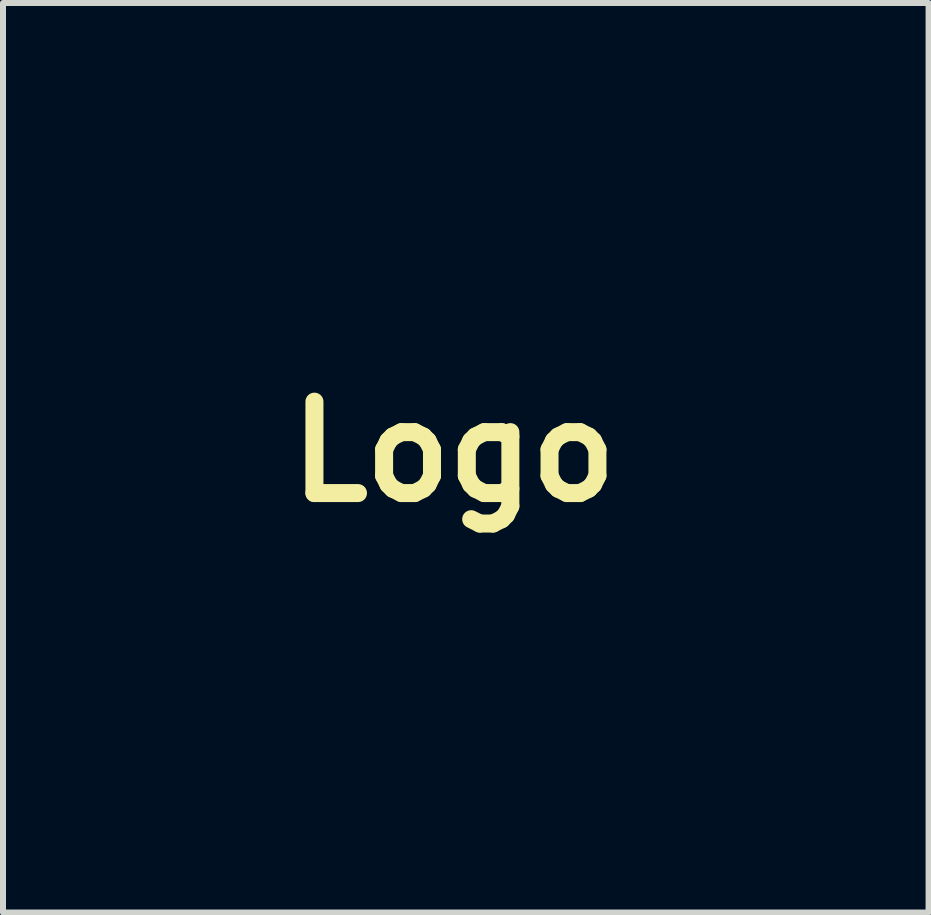
<source format=kicad_pcb>
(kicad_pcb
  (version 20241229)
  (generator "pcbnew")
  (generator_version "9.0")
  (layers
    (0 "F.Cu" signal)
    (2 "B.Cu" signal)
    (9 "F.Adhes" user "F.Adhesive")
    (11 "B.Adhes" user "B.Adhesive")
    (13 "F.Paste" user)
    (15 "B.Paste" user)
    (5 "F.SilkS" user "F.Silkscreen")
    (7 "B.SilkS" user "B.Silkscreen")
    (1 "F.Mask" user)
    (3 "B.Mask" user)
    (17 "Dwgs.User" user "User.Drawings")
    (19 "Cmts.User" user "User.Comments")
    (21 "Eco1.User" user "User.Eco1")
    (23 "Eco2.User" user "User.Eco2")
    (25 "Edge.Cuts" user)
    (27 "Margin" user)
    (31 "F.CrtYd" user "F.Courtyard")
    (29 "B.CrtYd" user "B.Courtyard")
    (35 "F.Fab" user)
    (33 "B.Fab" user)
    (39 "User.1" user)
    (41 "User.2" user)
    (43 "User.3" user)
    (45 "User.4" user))
  (footprint "Logo"
    (layer "F.Cu")
    (at 4.514 4.48)
    (property "Reference" "Logo" (at 0 0 0) (layer "F.SilkS") (effects (font (size 1.524 1.524) (thickness 0.3))))
    (attr through_hole)
    (fp_poly (pts (xy -0.906 -2.181) (xy -0.829 -2.131) (xy -0.748 -2.058) (xy -0.677 -1.973) (xy -0.638 -1.907) (xy -0.609 -1.822) (xy -0.594 -1.731) (xy -0.595 -1.65) (xy -0.61 -1.595) (xy -0.633 -1.58) (xy -0.664 -1.607) (xy -0.689 -1.682) (xy -0.692 -1.7) (xy -0.741 -1.861) (xy -0.832 -1.984) (xy -0.931 -2.057) (xy -1.008 -2.11) (xy -1.033 -2.154) (xy -1.007 -2.185) (xy -0.966 -2.196) (xy -0.906 -2.181)) (stroke (width 0.01) (type solid)) (fill yes) (layer "F.Mask"))
    (fp_poly (pts (xy 2.4 0.191) (xy 2.409 0.226) (xy 2.384 0.275) (xy 2.313 0.333) (xy 2.206 0.372) (xy 2.077 0.391) (xy 1.944 0.388) (xy 1.823 0.362) (xy 1.785 0.346) (xy 1.713 0.297) (xy 1.693 0.248) (xy 1.71 0.219) (xy 1.743 0.22) (xy 1.808 0.24) (xy 1.852 0.258) (xy 1.962 0.294) (xy 2.067 0.294) (xy 2.185 0.259) (xy 2.268 0.22) (xy 2.351 0.188) (xy 2.4 0.191)) (stroke (width 0.01) (type solid)) (fill yes) (layer "F.Mask"))
    (fp_poly (pts (xy -0.024 3.52) (xy 0.1 3.59) (xy 0.18 3.67) (xy 0.234 3.739) (xy 0.25 3.786) (xy 0.233 3.825) (xy 0.21 3.85) (xy 0.159 3.878) (xy 0.07 3.892) (xy -0.028 3.895) (xy -0.132 3.893) (xy -0.198 3.883) (xy -0.243 3.86) (xy -0.285 3.818) (xy -0.294 3.808) (xy -0.355 3.711) (xy -0.356 3.698) (xy -0.269 3.698) (xy -0.266 3.707) (xy -0.22 3.763) (xy -0.131 3.796) (xy 0.006 3.808) (xy 0.009 3.808) (xy 0.091 3.806) (xy 0.13 3.794) (xy 0.137 3.767) (xy 0.136 3.762) (xy 0.104 3.711) (xy 0.039 3.655) (xy -0.04 3.609) (xy -0.113 3.585) (xy -0.126 3.584) (xy -0.204 3.601) (xy -0.256 3.643) (xy -0.269 3.698) (xy -0.356 3.698) (xy -0.362 3.629) (xy -0.317 3.564) (xy -0.284 3.543) (xy -0.153 3.503) (xy -0.024 3.52)) (stroke (width 0.01) (type solid)) (fill yes) (layer "F.Mask"))
    (fp_poly (pts (xy 0.409 -4.471) (xy 0.601 -4.463) (xy 0.763 -4.45) (xy 0.884 -4.432) (xy 0.917 -4.424) (xy 1.252 -4.323) (xy 1.566 -4.215) (xy 1.849 -4.106) (xy 2.093 -3.997) (xy 2.244 -3.919) (xy 2.35 -3.86) (xy 2.454 -3.803) (xy 2.521 -3.768) (xy 2.595 -3.723) (xy 2.694 -3.655) (xy 2.798 -3.578) (xy 2.817 -3.563) (xy 2.915 -3.488) (xy 3.005 -3.421) (xy 3.071 -3.373) (xy 3.082 -3.366) (xy 3.146 -3.311) (xy 3.186 -3.255) (xy 3.213 -3.211) (xy 3.267 -3.133) (xy 3.341 -3.029) (xy 3.43 -2.909) (xy 3.467 -2.86) (xy 3.579 -2.705) (xy 3.699 -2.53) (xy 3.811 -2.355) (xy 3.902 -2.203) (xy 3.903 -2.201) (xy 3.973 -2.071) (xy 4.046 -1.917) (xy 4.12 -1.751) (xy 4.19 -1.583) (xy 4.252 -1.423) (xy 4.301 -1.283) (xy 4.334 -1.171) (xy 4.346 -1.1) (xy 4.346 -1.1) (xy 4.353 -1.035) (xy 4.369 -0.953) (xy 4.39 -0.873) (xy 4.411 -0.813) (xy 4.427 -0.791) (xy 4.462 -0.798) (xy 4.534 -0.815) (xy 4.6 -0.833) (xy 4.739 -0.865) (xy 4.833 -0.875) (xy 4.888 -0.861) (xy 4.909 -0.823) (xy 4.911 -0.807) (xy 4.893 -0.747) (xy 4.837 -0.68) (xy 4.738 -0.6) (xy 4.592 -0.504) (xy 4.59 -0.503) (xy 4.439 -0.41) (xy 4.422 0.169) (xy 4.414 0.408) (xy 4.403 0.605) (xy 4.387 0.774) (xy 4.366 0.929) (xy 4.339 1.086) (xy 4.335 1.106) (xy 4.306 1.245) (xy 4.279 1.368) (xy 4.256 1.461) (xy 4.24 1.512) (xy 4.238 1.515) (xy 4.215 1.565) (xy 4.178 1.65) (xy 4.134 1.754) (xy 4.126 1.772) (xy 4.081 1.869) (xy 4.016 2.001) (xy 3.936 2.153) (xy 3.85 2.312) (xy 3.805 2.393) (xy 3.711 2.557) (xy 3.633 2.684) (xy 3.56 2.789) (xy 3.482 2.886) (xy 3.39 2.987) (xy 3.273 3.105) (xy 2.871 3.475) (xy 2.457 3.791) (xy 2.025 4.058) (xy 1.573 4.276) (xy 1.431 4.334) (xy 1.332 4.368) (xy 1.25 4.39) (xy 1.203 4.394) (xy 1.201 4.393) (xy 1.161 4.392) (xy 1.076 4.397) (xy 0.957 4.409) (xy 0.817 4.426) (xy 0.772 4.432) (xy 0.505 4.462) (xy 0.229 4.48) (xy -0.042 4.485) (xy -0.29 4.479) (xy -0.501 4.46) (xy -0.517 4.458) (xy -0.715 4.426) (xy -0.897 4.393) (xy -1.052 4.36) (xy -1.17 4.33) (xy -1.242 4.303) (xy -1.243 4.303) (xy -1.28 4.288) (xy -0.958 4.288) (xy -0.924 4.305) (xy -0.85 4.322) (xy -0.73 4.343) (xy -0.617 4.361) (xy -0.516 4.373) (xy -0.382 4.382) (xy -0.225 4.388) (xy -0.055 4.392) (xy 0.118 4.392) (xy 0.284 4.39) (xy 0.433 4.385) (xy 0.555 4.378) (xy 0.641 4.368) (xy 0.679 4.356) (xy 0.671 4.335) (xy 0.607 4.313) (xy 0.516 4.294) (xy 0.391 4.267) (xy 0.242 4.23) (xy 0.084 4.185) (xy 0.041 4.171) (xy 0.664 4.171) (xy 0.805 4.19) (xy 0.892 4.203) (xy 0.956 4.215) (xy 0.974 4.219) (xy 1.036 4.228) (xy 1.127 4.228) (xy 1.218 4.221) (xy 1.283 4.208) (xy 1.284 4.207) (xy 1.314 4.191) (xy 1.301 4.176) (xy 1.241 4.155) (xy 1.093 4.118) (xy 0.949 4.102) (xy 0.826 4.106) (xy 0.745 4.129) (xy 0.664 4.171) (xy 0.041 4.171) (xy -0.068 4.138) (xy -0.201 4.092) (xy -0.299 4.053) (xy -0.325 4.041) (xy -0.413 3.998) (xy -0.494 3.966) (xy -0.55 3.952) (xy -0.593 3.964) (xy -0.642 4.01) (xy -0.663 4.034) (xy -0.741 4.11) (xy -0.837 4.185) (xy -0.871 4.209) (xy -0.926 4.244) (xy -0.956 4.269) (xy -0.958 4.288) (xy -1.28 4.288) (xy -1.322 4.272) (xy -1.413 4.248) (xy -1.415 4.247) (xy -1.516 4.228) (xy -1.584 4.447) (xy -1.619 4.55) (xy -1.651 4.63) (xy -1.676 4.672) (xy -1.681 4.676) (xy -1.724 4.669) (xy -1.76 4.649) (xy -1.787 4.604) (xy -1.813 4.52) (xy -1.835 4.411) (xy -1.852 4.294) (xy -1.859 4.186) (xy -1.855 4.106) (xy -1.496 4.106) (xy -1.471 4.132) (xy -1.409 4.161) (xy -1.329 4.187) (xy -1.255 4.202) (xy -1.236 4.187) (xy -1.103 4.187) (xy -1.079 4.2) (xy -1.017 4.182) (xy -0.98 4.167) (xy -0.912 4.127) (xy -0.833 4.065) (xy -0.755 3.993) (xy -0.691 3.923) (xy -0.653 3.868) (xy -0.649 3.851) (xy -0.672 3.814) (xy -0.728 3.768) (xy -0.798 3.725) (xy -0.863 3.7) (xy -0.883 3.697) (xy -0.921 3.723) (xy -0.947 3.789) (xy -0.97 3.864) (xy -1.011 3.964) (xy -1.048 4.043) (xy -1.092 4.136) (xy -1.103 4.187) (xy -1.236 4.187) (xy -1.228 4.18) (xy -1.187 4.12) (xy -1.145 4.043) (xy -1.083 3.911) (xy -1.047 3.82) (xy -1.036 3.759) (xy -1.049 3.721) (xy -1.084 3.695) (xy -1.095 3.69) (xy -1.177 3.649) (xy -1.247 3.606) (xy -1.307 3.576) (xy -1.34 3.583) (xy -1.357 3.624) (xy -1.383 3.704) (xy -1.415 3.805) (xy -1.447 3.912) (xy -1.474 4.009) (xy -1.492 4.08) (xy -1.496 4.106) (xy -1.855 4.106) (xy -1.855 4.103) (xy -1.854 4.099) (xy -1.861 4.042) (xy -1.915 3.999) (xy -1.916 3.999) (xy -2.307 3.783) (xy -2.67 3.548) (xy -2.997 3.3) (xy -3.281 3.044) (xy -3.48 2.828) (xy -3.573 2.708) (xy -3.679 2.554) (xy -3.793 2.378) (xy -3.907 2.19) (xy -4.015 2.002) (xy -4.112 1.824) (xy -4.191 1.666) (xy -4.246 1.539) (xy -4.258 1.504) (xy -4.302 1.35) (xy -4.35 1.16) (xy -4.397 0.952) (xy -4.438 0.747) (xy -4.463 0.607) (xy -4.48 0.472) (xy -4.493 0.3) (xy -4.502 0.105) (xy -4.507 -0.1) (xy -4.508 -0.29) (xy -4.349 -0.29) (xy -4.342 -0.004) (xy -4.32 0.298) (xy -4.282 0.605) (xy -4.246 0.818) (xy -4.199 1.052) (xy -4.148 1.258) (xy -4.09 1.447) (xy -4.02 1.627) (xy -3.933 1.81) (xy -3.825 2.005) (xy -3.692 2.222) (xy -3.529 2.472) (xy -3.499 2.518) (xy -3.429 2.622) (xy -3.412 2.207) (xy -3.41 2.177) (xy -3.27 2.177) (xy -3.264 2.223) (xy -3.264 2.223) (xy -3.258 2.259) (xy -3.252 2.339) (xy -3.247 2.454) (xy -3.243 2.591) (xy -3.242 2.619) (xy -3.235 2.992) (xy -3.007 3.176) (xy -2.785 3.353) (xy -2.596 3.495) (xy -2.432 3.61) (xy -2.285 3.701) (xy -2.211 3.742) (xy -2.11 3.798) (xy -2.023 3.847) (xy -1.966 3.882) (xy -1.962 3.884) (xy -1.907 3.916) (xy -1.87 3.913) (xy -1.846 3.87) (xy -1.831 3.78) (xy -1.825 3.718) (xy -1.81 3.596) (xy -1.785 3.445) (xy -1.755 3.291) (xy -1.742 3.231) (xy -1.713 3.095) (xy -1.697 2.993) (xy -1.692 2.905) (xy -1.699 2.81) (xy -1.711 2.709) (xy -1.725 2.583) (xy -1.736 2.422) (xy -1.744 2.248) (xy -1.747 2.099) (xy -1.747 2.084) (xy -1.662 2.084) (xy -1.657 2.314) (xy -1.637 2.559) (xy -1.637 2.563) (xy -1.62 2.703) (xy -1.606 2.794) (xy -1.591 2.846) (xy -1.575 2.866) (xy -1.558 2.865) (xy -1.502 2.864) (xy -1.413 2.881) (xy -1.314 2.912) (xy -1.222 2.95) (xy -1.163 2.985) (xy -1.099 3.036) (xy -1.182 3.218) (xy -1.265 3.401) (xy -1.19 3.462) (xy -1.133 3.502) (xy -1.073 3.534) (xy -1.028 3.549) (xy -1.016 3.544) (xy -1.021 3.516) (xy -1.033 3.448) (xy -1.045 3.382) (xy -1.058 3.234) (xy -1.033 3.116) (xy -0.965 3.013) (xy -0.953 2.999) (xy -0.891 2.946) (xy -0.854 2.939) (xy -0.848 2.97) (xy -0.877 3.032) (xy -0.903 3.069) (xy -0.937 3.141) (xy -0.955 3.238) (xy -0.957 3.347) (xy -0.945 3.453) (xy -0.921 3.541) (xy -0.885 3.598) (xy -0.852 3.612) (xy -0.8 3.628) (xy -0.726 3.666) (xy -0.699 3.683) (xy -0.634 3.726) (xy -0.592 3.751) (xy -0.584 3.754) (xy -0.564 3.729) (xy -0.535 3.665) (xy -0.503 3.576) (xy -0.474 3.479) (xy -0.454 3.398) (xy -0.44 3.291) (xy -0.439 3.187) (xy -0.442 3.151) (xy -0.444 3.075) (xy -0.424 3.047) (xy -0.392 3.071) (xy -0.364 3.126) (xy -0.352 3.2) (xy -0.356 3.31) (xy -0.373 3.435) (xy -0.399 3.557) (xy -0.433 3.658) (xy -0.441 3.675) (xy -0.469 3.736) (xy -0.48 3.774) (xy -0.455 3.8) (xy -0.387 3.839) (xy -0.288 3.887) (xy -0.167 3.938) (xy -0.036 3.987) (xy 0.094 4.031) (xy 0.141 4.045) (xy 0.297 4.089) (xy 0.409 4.119) (xy 0.488 4.134) (xy 0.545 4.135) (xy 0.589 4.124) (xy 0.632 4.101) (xy 0.664 4.08) (xy 0.75 4.034) (xy 0.836 4.009) (xy 0.858 4.008) (xy 0.983 4.016) (xy 1.115 4.036) (xy 1.236 4.066) (xy 1.328 4.1) (xy 1.355 4.116) (xy 1.407 4.149) (xy 1.457 4.153) (xy 1.53 4.132) (xy 1.533 4.131) (xy 1.622 4.095) (xy 1.727 4.044) (xy 1.78 4.015) (xy 1.869 3.96) (xy 1.915 3.92) (xy 1.914 3.898) (xy 1.894 3.895) (xy 1.863 3.873) (xy 1.822 3.822) (xy 1.822 3.822) (xy 1.791 3.765) (xy 1.793 3.742) (xy 1.891 3.742) (xy 1.913 3.786) (xy 1.962 3.827) (xy 2.017 3.849) (xy 2.044 3.846) (xy 2.084 3.82) (xy 2.153 3.777) (xy 2.194 3.752) (xy 2.258 3.706) (xy 2.293 3.671) (xy 2.295 3.659) (xy 2.251 3.645) (xy 2.173 3.641) (xy 2.082 3.647) (xy 2 3.661) (xy 1.963 3.673) (xy 1.91 3.709) (xy 1.891 3.742) (xy 1.793 3.742) (xy 1.795 3.722) (xy 1.817 3.684) (xy 1.898 3.612) (xy 2.025 3.571) (xy 2.196 3.561) (xy 2.271 3.566) (xy 2.473 3.583) (xy 2.863 3.26) (xy 2.61 3.254) (xy 2.232 3.238) (xy 1.865 3.207) (xy 1.516 3.165) (xy 1.193 3.11) (xy 0.903 3.046) (xy 0.653 2.973) (xy 0.45 2.892) (xy 0.427 2.881) (xy 0.335 2.836) (xy 0.278 2.817) (xy 0.244 2.821) (xy 0.225 2.837) (xy 0.188 2.866) (xy 0.159 2.847) (xy 0.138 2.776) (xy 0.128 2.717) (xy 0.31 2.717) (xy 0.334 2.734) (xy 0.397 2.767) (xy 0.485 2.81) (xy 0.502 2.817) (xy 0.75 2.913) (xy 1.046 2.995) (xy 1.382 3.061) (xy 1.753 3.111) (xy 2.149 3.143) (xy 2.566 3.157) (xy 2.571 3.157) (xy 2.983 3.161) (xy 3.132 3.013) (xy 3.302 2.829) (xy 3.453 2.634) (xy 3.599 2.408) (xy 3.678 2.272) (xy 3.75 2.14) (xy 3.818 2.008) (xy 3.879 1.886) (xy 3.927 1.782) (xy 3.959 1.707) (xy 3.97 1.668) (xy 3.968 1.665) (xy 3.941 1.679) (xy 3.876 1.715) (xy 3.783 1.768) (xy 3.698 1.818) (xy 3.553 1.899) (xy 3.388 1.983) (xy 3.232 2.056) (xy 3.18 2.078) (xy 2.921 2.184) (xy 2.441 2.184) (xy 2.265 2.183) (xy 2.131 2.181) (xy 2.027 2.175) (xy 1.939 2.164) (xy 1.854 2.146) (xy 1.757 2.119) (xy 1.636 2.081) (xy 1.632 2.08) (xy 1.483 2.028) (xy 1.314 1.962) (xy 1.138 1.887) (xy 0.967 1.808) (xy 0.812 1.732) (xy 0.685 1.663) (xy 0.599 1.608) (xy 0.596 1.605) (xy 0.532 1.562) (xy 0.502 1.562) (xy 0.504 1.607) (xy 0.523 1.669) (xy 0.555 1.817) (xy 0.563 1.995) (xy 0.546 2.182) (xy 0.507 2.353) (xy 0.473 2.449) (xy 0.439 2.524) (xy 0.412 2.56) (xy 0.375 2.598) (xy 0.336 2.656) (xy 0.312 2.708) (xy 0.31 2.717) (xy 0.128 2.717) (xy 0.128 2.716) (xy 0.115 2.617) (xy 0.111 2.559) (xy 0.116 2.532) (xy 0.132 2.52) (xy 0.138 2.518) (xy 0.163 2.535) (xy 0.188 2.59) (xy 0.191 2.602) (xy 0.216 2.695) (xy 0.255 2.625) (xy 0.28 2.548) (xy 0.292 2.445) (xy 0.292 2.337) (xy 0.279 2.244) (xy 0.257 2.19) (xy 0.232 2.141) (xy 0.252 2.119) (xy 0.294 2.126) (xy 0.327 2.161) (xy 0.361 2.23) (xy 0.37 2.256) (xy 0.395 2.329) (xy 0.415 2.351) (xy 0.431 2.321) (xy 0.448 2.237) (xy 0.453 2.209) (xy 0.461 2.135) (xy 0.455 2.076) (xy 0.428 2.015) (xy 0.375 1.932) (xy 0.361 1.91) (xy 0.296 1.806) (xy 0.271 1.74) (xy 0.277 1.716) (xy 0.31 1.717) (xy 0.364 1.768) (xy 0.396 1.81) (xy 0.487 1.933) (xy 0.471 1.825) (xy 0.451 1.751) (xy 0.411 1.645) (xy 0.36 1.527) (xy 0.341 1.487) (xy 0.287 1.36) (xy 0.229 1.192) (xy 0.198 1.092) (xy 0.31 1.092) (xy 0.329 1.134) (xy 0.379 1.201) (xy 0.446 1.279) (xy 0.521 1.355) (xy 0.583 1.408) (xy 0.732 1.508) (xy 0.923 1.613) (xy 1.144 1.719) (xy 1.381 1.819) (xy 1.622 1.908) (xy 1.854 1.98) (xy 1.947 2.005) (xy 2.011 2.013) (xy 2.118 2.019) (xy 2.255 2.022) (xy 2.407 2.022) (xy 2.455 2.021) (xy 2.624 2.016) (xy 2.751 2.009) (xy 2.852 1.998) (xy 2.941 1.98) (xy 3.034 1.953) (xy 3.11 1.927) (xy 3.237 1.876) (xy 3.392 1.803) (xy 3.563 1.716) (xy 3.732 1.623) (xy 3.885 1.532) (xy 4.006 1.451) (xy 4.039 1.427) (xy 4.106 1.377) (xy 4.159 1.341) (xy 4.194 1.292) (xy 4.228 1.193) (xy 4.258 1.051) (xy 4.286 0.871) (xy 4.309 0.659) (xy 4.327 0.422) (xy 4.338 0.175) (xy 4.355 -0.371) (xy 4.202 -0.295) (xy 4.093 -0.228) (xy 4.008 -0.151) (xy 3.989 -0.125) (xy 3.951 -0.064) (xy 3.944 -0.034) (xy 3.966 -0.019) (xy 3.981 -0.013) (xy 4.02 0.014) (xy 4.037 0.053) (xy 4.026 0.081) (xy 4.013 0.085) (xy 3.979 0.101) (xy 3.915 0.144) (xy 3.831 0.203) (xy 3.742 0.27) (xy 3.659 0.335) (xy 3.595 0.389) (xy 3.562 0.422) (xy 3.56 0.425) (xy 3.527 0.457) (xy 3.455 0.498) (xy 3.36 0.543) (xy 3.255 0.584) (xy 3.158 0.616) (xy 3.082 0.632) (xy 3.069 0.633) (xy 2.996 0.641) (xy 2.966 0.666) (xy 2.963 0.683) (xy 2.949 0.735) (xy 2.904 0.746) (xy 2.823 0.717) (xy 2.803 0.707) (xy 2.751 0.683) (xy 2.698 0.669) (xy 2.632 0.663) (xy 2.54 0.665) (xy 2.406 0.673) (xy 2.376 0.675) (xy 2.243 0.684) (xy 2.129 0.69) (xy 2.045 0.692) (xy 2.009 0.69) (xy 1.957 0.68) (xy 1.87 0.664) (xy 1.792 0.649) (xy 1.622 0.616) (xy 1.468 0.719) (xy 1.293 0.828) (xy 1.108 0.924) (xy 0.925 1.005) (xy 0.752 1.067) (xy 0.598 1.107) (xy 0.473 1.121) (xy 0.396 1.11) (xy 0.338 1.091) (xy 0.311 1.091) (xy 0.31 1.092) (xy 0.198 1.092) (xy 0.17 0.997) (xy 0.114 0.789) (xy 0.065 0.583) (xy 0.027 0.393) (xy 0.012 0.303) (xy -0.014 0.197) (xy -0.065 0.121) (xy -0.091 0.097) (xy -0.153 0.054) (xy -0.201 0.036) (xy -0.208 0.037) (xy -0.226 0.071) (xy -0.235 0.149) (xy -0.235 0.261) (xy -0.228 0.395) (xy -0.213 0.54) (xy -0.191 0.684) (xy -0.164 0.818) (xy -0.153 0.861) (xy -0.105 1.078) (xy -0.088 1.262) (xy -0.101 1.428) (xy -0.127 1.534) (xy -0.148 1.629) (xy -0.155 1.711) (xy -0.152 1.739) (xy -0.149 1.793) (xy -0.179 1.801) (xy -0.241 1.764) (xy -0.28 1.733) (xy -0.335 1.675) (xy -0.348 1.632) (xy -0.32 1.613) (xy -0.291 1.615) (xy -0.244 1.598) (xy -0.209 1.536) (xy -0.188 1.437) (xy -0.18 1.311) (xy -0.185 1.168) (xy -0.205 1.016) (xy -0.24 0.864) (xy -0.252 0.826) (xy -0.281 0.712) (xy -0.305 0.568) (xy -0.322 0.423) (xy -0.324 0.394) (xy -0.333 0.274) (xy -0.346 0.172) (xy -0.359 0.103) (xy -0.365 0.088) (xy -0.434 0.009) (xy -0.446 0.001) (xy -0.021 0.001) (xy -0.012 0.032) (xy 0.01 0.053) (xy 0.022 0.032) (xy 0.022 -0.012) (xy 0.017 -0.021) (xy -0.01 -0.027) (xy -0.021 0.001) (xy -0.446 0.001) (xy -0.544 -0.063) (xy -0.679 -0.12) (xy -0.823 -0.156) (xy -0.961 -0.165) (xy -0.973 -0.164) (xy -1.055 -0.147) (xy -1.107 -0.105) (xy -1.128 -0.071) (xy -1.18 0.059) (xy -1.216 0.226) (xy -1.236 0.437) (xy -1.242 0.665) (xy -1.241 0.811) (xy -1.239 0.91) (xy -1.233 0.97) (xy -1.222 1.002) (xy -1.204 1.014) (xy -1.185 1.016) (xy -1.139 1.024) (xy -1.137 1.052) (xy -1.178 1.107) (xy -1.19 1.12) (xy -1.252 1.185) (xy -1.178 1.185) (xy -1.094 1.211) (xy -1.03 1.281) (xy -0.99 1.386) (xy -0.976 1.517) (xy -0.991 1.666) (xy -1.001 1.709) (xy -1.036 1.825) (xy -1.074 1.902) (xy -1.127 1.954) (xy -1.189 1.992) (xy -1.301 2.03) (xy -1.392 2.016) (xy -1.461 1.951) (xy -1.502 1.856) (xy -1.326 1.856) (xy -1.315 1.924) (xy -1.281 1.944) (xy -1.219 1.916) (xy -1.191 1.896) (xy -1.148 1.841) (xy -1.108 1.754) (xy -1.076 1.654) (xy -1.058 1.56) (xy -1.061 1.492) (xy -1.065 1.481) (xy -1.101 1.458) (xy -1.148 1.478) (xy -1.2 1.532) (xy -1.251 1.609) (xy -1.293 1.7) (xy -1.32 1.795) (xy -1.326 1.856) (xy -1.502 1.856) (xy -1.511 1.833) (xy -1.527 1.765) (xy -1.531 1.703) (xy -1.445 1.703) (xy -1.432 1.724) (xy -1.412 1.695) (xy -1.394 1.647) (xy -1.349 1.561) (xy -1.274 1.465) (xy -1.227 1.418) (xy -1.157 1.351) (xy -1.126 1.31) (xy -1.13 1.287) (xy -1.142 1.28) (xy -1.195 1.288) (xy -1.272 1.345) (xy -1.301 1.372) (xy -1.394 1.486) (xy -1.443 1.6) (xy -1.445 1.703) (xy -1.531 1.703) (xy -1.536 1.633) (xy -1.506 1.511) (xy -1.434 1.382) (xy -1.396 1.331) (xy -1.293 1.199) (xy -1.412 1.326) (xy -1.489 1.42) (xy -1.558 1.523) (xy -1.588 1.58) (xy -1.627 1.707) (xy -1.651 1.878) (xy -1.662 2.084) (xy -1.747 2.084) (xy -1.747 1.943) (xy -1.744 1.829) (xy -1.736 1.745) (xy -1.72 1.676) (xy -1.696 1.609) (xy -1.679 1.568) (xy -1.619 1.458) (xy -1.537 1.34) (xy -1.477 1.268) (xy -1.345 1.127) (xy -1.341 0.712) (xy -1.33 0.414) (xy -1.302 0.171) (xy -1.258 -0.019) (xy -1.198 -0.156) (xy -1.121 -0.24) (xy -1.092 -0.256) (xy -1.073 -0.27) (xy -1.101 -0.274) (xy -1.182 -0.269) (xy -1.199 -0.268) (xy -1.368 -0.232) (xy -1.563 -0.156) (xy -1.777 -0.045) (xy -2.001 0.098) (xy -2.228 0.266) (xy -2.45 0.456) (xy -2.542 0.542) (xy -2.765 0.785) (xy -2.942 1.04) (xy -3.083 1.323) (xy -3.147 1.49) (xy -3.175 1.588) (xy -3.204 1.71) (xy -3.23 1.843) (xy -3.251 1.974) (xy -3.265 2.09) (xy -3.27 2.177) (xy -3.41 2.177) (xy -3.403 2.042) (xy -3.391 1.881) (xy -3.378 1.74) (xy -3.365 1.635) (xy -3.361 1.617) (xy -3.301 1.405) (xy -3.199 1.171) (xy -3.06 0.927) (xy -2.893 0.687) (xy -2.751 0.523) (xy -2.567 0.347) (xy -2.352 0.166) (xy -2.115 -0.01) (xy -1.868 -0.173) (xy -1.727 -0.257) (xy -1.548 -0.359) (xy -1.657 -0.374) (xy -1.815 -0.416) (xy -1.983 -0.496) (xy -2.145 -0.606) (xy -2.248 -0.697) (xy -2.32 -0.775) (xy -2.374 -0.843) (xy -2.398 -0.887) (xy -2.399 -0.891) (xy -2.412 -0.936) (xy -2.446 -1.012) (xy -2.487 -1.089) (xy -2.539 -1.192) (xy -2.553 -1.255) (xy -2.526 -1.28) (xy -2.458 -1.268) (xy -2.383 -1.239) (xy -2.294 -1.2) (xy -2.247 -1.176) (xy -2.231 -1.159) (xy -2.236 -1.142) (xy -2.242 -1.132) (xy -2.282 -1.117) (xy -2.333 -1.131) (xy -2.397 -1.149) (xy -2.416 -1.137) (xy -2.391 -1.093) (xy -2.322 -1.017) (xy -2.237 -0.942) (xy -2.155 -0.901) (xy -2.079 -0.885) (xy -1.988 -0.865) (xy -1.949 -0.835) (xy -1.947 -0.825) (xy -1.958 -0.801) (xy -1.997 -0.793) (xy -2.077 -0.799) (xy -2.095 -0.801) (xy -2.244 -0.818) (xy -2.141 -0.726) (xy -2.086 -0.68) (xy -2.039 -0.653) (xy -1.983 -0.641) (xy -1.9 -0.641) (xy -1.82 -0.645) (xy -1.708 -0.648) (xy -1.643 -0.645) (xy -1.615 -0.633) (xy -1.614 -0.617) (xy -1.648 -0.59) (xy -1.717 -0.569) (xy -1.752 -0.563) (xy -1.877 -0.547) (xy -1.772 -0.499) (xy -1.667 -0.468) (xy -1.533 -0.453) (xy -1.487 -0.452) (xy -1.382 -0.443) (xy -1.236 -0.418) (xy -1.061 -0.38) (xy -0.868 -0.332) (xy -0.67 -0.277) (xy -0.48 -0.218) (xy -0.308 -0.158) (xy -0.302 -0.156) (xy -0.2 -0.12) (xy -0.132 -0.103) (xy -0.081 -0.103) (xy -0.028 -0.119) (xy -0.013 -0.126) (xy 0.05 -0.163) (xy 0.083 -0.202) (xy 0.085 -0.209) (xy 0.06 -0.245) (xy -0.009 -0.293) (xy -0.111 -0.35) (xy -0.236 -0.409) (xy -0.375 -0.467) (xy -0.516 -0.519) (xy -0.633 -0.554) (xy -0.894 -0.643) (xy -1.105 -0.754) (xy -1.268 -0.887) (xy -1.335 -0.946) (xy -1.395 -0.982) (xy -1.417 -0.988) (xy -1.46 -1.003) (xy -1.462 -1.038) (xy -1.426 -1.079) (xy -1.396 -1.096) (xy -1.311 -1.125) (xy -1.249 -1.128) (xy -1.219 -1.108) (xy -1.231 -1.069) (xy -1.247 -1.05) (xy -1.258 -1.006) (xy -1.222 -0.949) (xy -1.147 -0.884) (xy -1.041 -0.815) (xy -0.911 -0.748) (xy -0.763 -0.686) (xy -0.606 -0.636) (xy -0.593 -0.632) (xy -0.45 -0.588) (xy -0.299 -0.532) (xy -0.169 -0.475) (xy -0.151 -0.467) (xy -0.018 -0.405) (xy 0.085 -0.374) (xy 0.176 -0.374) (xy 0.269 -0.4) (xy 0.286 -0.407) (xy 0.376 -0.461) (xy 0.471 -0.541) (xy 0.559 -0.637) (xy 0.63 -0.733) (xy 0.671 -0.818) (xy 0.677 -0.854) (xy 0.654 -0.92) (xy 0.587 -1.006) (xy 0.486 -1.105) (xy 0.356 -1.211) (xy 0.207 -1.318) (xy 0.044 -1.419) (xy -0.049 -1.471) (xy -0.156 -1.526) (xy -0.224 -1.555) (xy -0.261 -1.56) (xy -0.276 -1.545) (xy -0.277 -1.541) (xy -0.297 -1.502) (xy -0.31 -1.496) (xy -0.335 -1.52) (xy -0.362 -1.581) (xy -0.384 -1.658) (xy -0.395 -1.732) (xy -0.395 -1.74) (xy -0.41 -1.83) (xy -0.449 -1.946) (xy -0.505 -2.066) (xy -0.567 -2.169) (xy -0.577 -2.182) (xy -0.676 -2.285) (xy -0.823 -2.396) (xy -1.009 -2.51) (xy -1.227 -2.623) (xy -1.345 -2.678) (xy -1.661 -2.817) (xy -1.734 -2.708) (xy -1.796 -2.635) (xy -1.882 -2.566) (xy -1.97 -2.511) (xy -2.045 -2.484) (xy -2.057 -2.484) (xy -2.088 -2.505) (xy -2.132 -2.559) (xy -2.143 -2.575) (xy -2.198 -2.656) (xy -2.253 -2.727) (xy -2.256 -2.732) (xy -2.293 -2.771) (xy -2.327 -2.781) (xy -2.378 -2.764) (xy -2.416 -2.746) (xy -2.498 -2.7) (xy -2.525 -2.663) (xy -2.498 -2.632) (xy -2.422 -2.602) (xy -2.327 -2.564) (xy -2.241 -2.519) (xy -2.226 -2.51) (xy -2.169 -2.451) (xy -2.126 -2.378) (xy -2.102 -2.303) (xy -2.101 -2.24) (xy -2.126 -2.205) (xy -2.144 -2.201) (xy -2.167 -2.226) (xy -2.186 -2.282) (xy -2.225 -2.37) (xy -2.302 -2.444) (xy -2.426 -2.51) (xy -2.496 -2.538) (xy -2.667 -2.62) (xy -2.813 -2.736) (xy -2.945 -2.896) (xy -2.966 -2.926) (xy -3.02 -3) (xy -3.063 -3.047) (xy -3.086 -3.058) (xy -3.1 -3.013) (xy -3.104 -2.931) (xy -3.1 -2.828) (xy -3.088 -2.721) (xy -3.069 -2.628) (xy -3.066 -2.62) (xy -3.008 -2.481) (xy -2.918 -2.335) (xy -2.808 -2.197) (xy -2.69 -2.078) (xy -2.572 -1.991) (xy -2.499 -1.957) (xy -2.427 -1.923) (xy -2.401 -1.891) (xy -2.421 -1.87) (xy -2.489 -1.87) (xy -2.496 -1.871) (xy -2.6 -1.909) (xy -2.719 -1.987) (xy -2.841 -2.095) (xy -2.935 -2.201) (xy -3.024 -2.313) (xy -3.226 -2.175) (xy -3.343 -2.086) (xy -3.48 -1.967) (xy -3.627 -1.827) (xy -3.776 -1.675) (xy -3.918 -1.521) (xy -4.044 -1.375) (xy -4.145 -1.245) (xy -4.213 -1.141) (xy -4.217 -1.133) (xy -4.273 -0.984) (xy -4.314 -0.788) (xy -4.339 -0.555) (xy -4.349 -0.29) (xy -4.508 -0.29) (xy -4.509 -0.301) (xy -4.505 -0.485) (xy -4.497 -0.638) (xy -4.486 -0.732) (xy -4.468 -0.844) (xy -4.453 -0.941) (xy -4.444 -1.003) (xy -4.444 -1.007) (xy -4.425 -1.077) (xy -4.395 -1.148) (xy -4.313 -1.315) (xy -4.22 -1.526) (xy -4.2 -1.575) (xy -4.104 -1.575) (xy -4.086 -1.574) (xy -4.039 -1.617) (xy -3.963 -1.701) (xy -3.957 -1.708) (xy -3.849 -1.825) (xy -3.724 -1.952) (xy -3.607 -2.063) (xy -3.593 -2.075) (xy -3.485 -2.168) (xy -3.371 -2.262) (xy -3.273 -2.338) (xy -3.255 -2.351) (xy -3.11 -2.456) (xy -3.151 -2.59) (xy -3.177 -2.704) (xy -3.194 -2.826) (xy -3.195 -2.858) (xy -3.199 -2.937) (xy -3.208 -2.969) (xy -3.228 -2.964) (xy -3.254 -2.942) (xy -3.35 -2.842) (xy -3.463 -2.7) (xy -3.586 -2.527) (xy -3.713 -2.333) (xy -3.836 -2.127) (xy -3.95 -1.921) (xy -3.986 -1.849) (xy -4.054 -1.71) (xy -4.093 -1.619) (xy -4.104 -1.575) (xy -4.2 -1.575) (xy -4.152 -1.689) (xy -4.033 -1.947) (xy -3.882 -2.22) (xy -3.707 -2.493) (xy -3.519 -2.754) (xy -3.325 -2.992) (xy -3.161 -3.164) (xy -3.025 -3.164) (xy -2.933 -3.029) (xy -2.842 -2.899) (xy -2.772 -2.816) (xy -2.716 -2.775) (xy -2.671 -2.771) (xy -2.637 -2.793) (xy -2.595 -2.822) (xy -2.525 -2.862) (xy -2.5 -2.874) (xy -2.39 -2.927) (xy -2.814 -3.369) (xy -2.919 -3.267) (xy -3.025 -3.164) (xy -3.161 -3.164) (xy -3.134 -3.192) (xy -3.064 -3.256) (xy -2.874 -3.423) (xy -3.022 -3.572) (xy -2.477 -3.572) (xy -2.459 -3.554) (xy -2.407 -3.514) (xy -2.336 -3.465) (xy -2.252 -3.404) (xy -2.144 -3.316) (xy -2.026 -3.216) (xy -1.945 -3.143) (xy -1.826 -3.038) (xy -1.726 -2.961) (xy -1.627 -2.9) (xy -1.508 -2.842) (xy -1.399 -2.795) (xy -1.256 -2.733) (xy -1.112 -2.664) (xy -0.986 -2.6) (xy -0.922 -2.563) (xy -0.827 -2.506) (xy -0.771 -2.473) (xy -0.743 -2.462) (xy -0.734 -2.47) (xy -0.734 -2.493) (xy -0.734 -2.5) (xy -0.753 -2.547) (xy -0.801 -2.608) (xy -0.818 -2.625) (xy -0.872 -2.679) (xy -0.901 -2.718) (xy -0.903 -2.725) (xy -0.916 -2.76) (xy -0.95 -2.825) (xy -0.976 -2.871) (xy -1.023 -2.943) (xy -1.056 -2.972) (xy -1.085 -2.964) (xy -1.087 -2.963) (xy -1.139 -2.945) (xy -1.178 -2.971) (xy -1.185 -3.003) (xy -1.206 -3.064) (xy -1.261 -3.144) (xy -1.339 -3.23) (xy -1.427 -3.308) (xy -1.486 -3.349) (xy -1.596 -3.414) (xy -1.663 -3.447) (xy -1.688 -3.447) (xy -1.674 -3.415) (xy -1.625 -3.353) (xy -1.561 -3.27) (xy -1.527 -3.205) (xy -1.526 -3.167) (xy -1.541 -3.161) (xy -1.569 -3.178) (xy -1.626 -3.224) (xy -1.7 -3.289) (xy -1.702 -3.29) (xy -1.855 -3.412) (xy -2.001 -3.493) (xy -2.159 -3.541) (xy -2.272 -3.558) (xy -2.37 -3.567) (xy -2.443 -3.573) (xy -2.476 -3.572) (xy -2.477 -3.572) (xy -3.022 -3.572) (xy -3.038 -3.589) (xy -3.119 -3.674) (xy -3.165 -3.731) (xy -3.18 -3.77) (xy -3.172 -3.8) (xy -3.171 -3.803) (xy -3.129 -3.838) (xy -3.063 -3.844) (xy -2.967 -3.819) (xy -2.833 -3.762) (xy -2.772 -3.732) (xy -2.553 -3.622) (xy -2.467 -3.674) (xy -2.267 -3.674) (xy -2.255 -3.659) (xy -2.124 -3.625) (xy -2.037 -3.609) (xy -1.983 -3.61) (xy -1.954 -3.628) (xy -1.95 -3.635) (xy -1.932 -3.651) (xy -1.899 -3.65) (xy -1.84 -3.63) (xy -1.748 -3.587) (xy -1.661 -3.544) (xy -1.544 -3.482) (xy -1.442 -3.424) (xy -1.366 -3.376) (xy -1.339 -3.356) (xy -1.287 -3.316) (xy -1.254 -3.302) (xy -1.225 -3.282) (xy -1.17 -3.228) (xy -1.096 -3.149) (xy -1.044 -3.09) (xy -0.965 -3.001) (xy -0.898 -2.93) (xy -0.854 -2.887) (xy -0.841 -2.879) (xy -0.823 -2.855) (xy -0.788 -2.793) (xy -0.741 -2.706) (xy -0.69 -2.606) (xy -0.64 -2.505) (xy -0.599 -2.417) (xy -0.572 -2.354) (xy -0.564 -2.331) (xy -0.55 -2.304) (xy -0.512 -2.244) (xy -0.468 -2.176) (xy -0.406 -2.066) (xy -0.355 -1.942) (xy -0.336 -1.877) (xy -0.301 -1.721) (xy -0.054 -1.59) (xy 0.079 -1.513) (xy 0.225 -1.418) (xy 0.372 -1.313) (xy 0.507 -1.208) (xy 0.621 -1.11) (xy 0.7 -1.03) (xy 0.713 -1.013) (xy 0.754 -0.936) (xy 0.772 -0.864) (xy 0.777 -0.81) (xy 0.783 -0.79) (xy 0.798 -0.813) (xy 0.83 -0.87) (xy 0.848 -0.906) (xy 0.892 -1.019) (xy 0.92 -1.161) (xy 0.933 -1.339) (xy 0.932 -1.56) (xy 0.923 -1.734) (xy 0.905 -1.938) (xy 0.876 -2.154) (xy 0.838 -2.367) (xy 0.795 -2.562) (xy 0.749 -2.725) (xy 0.721 -2.802) (xy 0.65 -2.944) (xy 0.553 -3.109) (xy 0.439 -3.276) (xy 0.323 -3.428) (xy 0.267 -3.493) (xy 0.142 -3.621) (xy 0.005 -3.737) (xy -0.155 -3.85) (xy -0.346 -3.966) (xy -0.581 -4.093) (xy -0.6 -4.103) (xy -0.899 -4.256) (xy -0.5 -4.256) (xy -0.5 -4.239) (xy -0.466 -4.211) (xy -0.391 -4.168) (xy -0.332 -4.137) (xy -0.14 -4.024) (xy 0.052 -3.894) (xy 0.23 -3.756) (xy 0.384 -3.619) (xy 0.501 -3.493) (xy 0.522 -3.465) (xy 0.583 -3.379) (xy 0.628 -3.311) (xy 0.649 -3.273) (xy 0.649 -3.27) (xy 0.662 -3.237) (xy 0.697 -3.17) (xy 0.745 -3.085) (xy 0.866 -2.834) (xy 0.962 -2.536) (xy 1.033 -2.196) (xy 1.078 -1.818) (xy 1.09 -1.623) (xy 1.107 -1.199) (xy 1.231 -1.319) (xy 1.418 -1.465) (xy 1.626 -1.563) (xy 1.861 -1.612) (xy 2.125 -1.615) (xy 2.145 -1.614) (xy 2.273 -1.6) (xy 2.354 -1.582) (xy 2.385 -1.563) (xy 2.385 -1.562) (xy 2.363 -1.525) (xy 2.31 -1.472) (xy 2.242 -1.417) (xy 2.175 -1.374) (xy 2.127 -1.355) (xy 2.125 -1.355) (xy 2.101 -1.368) (xy 2.118 -1.411) (xy 2.168 -1.475) (xy 2.194 -1.512) (xy 2.176 -1.523) (xy 2.153 -1.524) (xy 2.049 -1.503) (xy 1.935 -1.447) (xy 1.832 -1.367) (xy 1.822 -1.357) (xy 1.766 -1.303) (xy 1.724 -1.273) (xy 1.716 -1.27) (xy 1.693 -1.289) (xy 1.704 -1.339) (xy 1.743 -1.408) (xy 1.766 -1.437) (xy 1.808 -1.493) (xy 1.809 -1.519) (xy 1.766 -1.515) (xy 1.677 -1.483) (xy 1.673 -1.481) (xy 1.606 -1.445) (xy 1.553 -1.391) (xy 1.5 -1.303) (xy 1.482 -1.267) (xy 1.425 -1.159) (xy 1.385 -1.097) (xy 1.356 -1.074) (xy 1.335 -1.082) (xy 1.333 -1.116) (xy 1.354 -1.191) (xy 1.398 -1.308) (xy 1.406 -1.346) (xy 1.386 -1.346) (xy 1.345 -1.313) (xy 1.29 -1.254) (xy 1.226 -1.174) (xy 1.164 -1.087) (xy 1.039 -0.918) (xy 0.876 -0.729) (xy 0.684 -0.532) (xy 0.473 -0.334) (xy 0.377 -0.251) (xy 0.252 -0.138) (xy 0.171 -0.048) (xy 0.128 0.029) (xy 0.119 0.099) (xy 0.128 0.144) (xy 0.153 0.186) (xy 0.194 0.192) (xy 0.261 0.16) (xy 0.347 0.099) (xy 0.422 0.045) (xy 0.48 0.009) (xy 0.504 0) (xy 0.534 -0.019) (xy 0.595 -0.069) (xy 0.679 -0.145) (xy 0.778 -0.238) (xy 0.789 -0.249) (xy 0.978 -0.418) (xy 1.148 -0.541) (xy 1.305 -0.622) (xy 1.456 -0.665) (xy 1.46 -0.665) (xy 1.542 -0.687) (xy 1.579 -0.716) (xy 1.58 -0.723) (xy 1.598 -0.758) (xy 1.633 -0.753) (xy 1.652 -0.732) (xy 1.662 -0.68) (xy 1.654 -0.611) (xy 1.632 -0.547) (xy 1.602 -0.51) (xy 1.593 -0.508) (xy 1.557 -0.531) (xy 1.552 -0.553) (xy 1.541 -0.581) (xy 1.496 -0.585) (xy 1.46 -0.578) (xy 1.287 -0.517) (xy 1.1 -0.403) (xy 0.899 -0.234) (xy 0.861 -0.198) (xy 0.76 -0.103) (xy 0.666 -0.021) (xy 0.589 0.04) (xy 0.55 0.065) (xy 0.477 0.11) (xy 0.391 0.174) (xy 0.355 0.204) (xy 0.28 0.281) (xy 0.241 0.359) (xy 0.227 0.425) (xy 0.225 0.577) (xy 0.254 0.743) (xy 0.308 0.893) (xy 0.327 0.928) (xy 0.359 0.979) (xy 0.391 1.005) (xy 0.441 1.015) (xy 0.525 1.012) (xy 0.559 1.01) (xy 0.645 1.001) (xy 0.727 0.982) (xy 0.819 0.949) (xy 0.935 0.895) (xy 1.052 0.836) (xy 1.22 0.748) (xy 1.342 0.679) (xy 1.422 0.627) (xy 1.467 0.586) (xy 1.481 0.554) (xy 1.47 0.525) (xy 1.47 0.524) (xy 1.446 0.481) (xy 1.471 0.465) (xy 1.543 0.475) (xy 1.665 0.512) (xy 1.764 0.548) (xy 1.927 0.586) (xy 2.114 0.592) (xy 2.299 0.567) (xy 2.352 0.549) (xy 2.598 0.549) (xy 2.717 0.581) (xy 2.792 0.602) (xy 2.839 0.615) (xy 2.845 0.617) (xy 2.845 0.598) (xy 2.837 0.566) (xy 2.832 0.536) (xy 2.849 0.522) (xy 2.901 0.521) (xy 2.977 0.528) (xy 3.103 0.532) (xy 3.205 0.51) (xy 3.246 0.494) (xy 3.322 0.453) (xy 3.356 0.419) (xy 3.345 0.399) (xy 3.316 0.395) (xy 3.279 0.372) (xy 3.274 0.35) (xy 3.285 0.322) (xy 3.326 0.316) (xy 3.38 0.323) (xy 3.442 0.329) (xy 3.496 0.318) (xy 3.561 0.285) (xy 3.653 0.222) (xy 3.655 0.22) (xy 3.824 0.099) (xy 3.732 0.09) (xy 3.672 0.072) (xy 3.641 0.042) (xy 3.645 0.013) (xy 3.69 0.000008) (xy 3.692 0) (xy 3.742 -0.02) (xy 3.805 -0.068) (xy 3.826 -0.089) (xy 3.872 -0.142) (xy 3.879 -0.162) (xy 3.852 -0.156) (xy 3.798 -0.137) (xy 3.708 -0.108) (xy 3.602 -0.075) (xy 3.598 -0.074) (xy 3.477 -0.029) (xy 3.355 0.034) (xy 3.216 0.125) (xy 3.133 0.185) (xy 3.011 0.274) (xy 2.892 0.359) (xy 2.789 0.429) (xy 2.731 0.467) (xy 2.598 0.549) (xy 2.352 0.549) (xy 2.447 0.518) (xy 2.57 0.455) (xy 2.719 0.366) (xy 2.877 0.265) (xy 3.027 0.161) (xy 3.151 0.065) (xy 3.17 0.05) (xy 3.277 -0.042) (xy 3.227 -0.141) (xy 3.197 -0.224) (xy 3.18 -0.322) (xy 3.175 -0.419) (xy 3.183 -0.5) (xy 3.204 -0.548) (xy 3.217 -0.555) (xy 3.268 -0.561) (xy 3.352 -0.571) (xy 3.419 -0.578) (xy 3.51 -0.59) (xy 3.56 -0.607) (xy 3.583 -0.638) (xy 3.596 -0.689) (xy 3.603 -0.768) (xy 3.601 -0.788) (xy 3.754 -0.788) (xy 3.754 -0.616) (xy 3.873 -0.636) (xy 3.952 -0.651) (xy 4.006 -0.664) (xy 4.015 -0.668) (xy 4.033 -0.704) (xy 4.035 -0.713) (xy 4.135 -0.713) (xy 4.158 -0.71) (xy 4.184 -0.716) (xy 4.251 -0.73) (xy 4.285 -0.733) (xy 4.308 -0.748) (xy 4.311 -0.798) (xy 4.303 -0.854) (xy 4.284 -0.951) (xy 4.263 -0.998) (xy 4.239 -0.993) (xy 4.207 -0.936) (xy 4.165 -0.824) (xy 4.162 -0.816) (xy 4.138 -0.744) (xy 4.135 -0.713) (xy 4.035 -0.713) (xy 4.036 -0.728) (xy 4.048 -0.782) (xy 4.077 -0.861) (xy 4.091 -0.896) (xy 4.146 -1.016) (xy 4.022 -1.016) (xy 3.926 -1.01) (xy 3.842 -0.994) (xy 3.826 -0.988) (xy 3.786 -0.968) (xy 3.764 -0.937) (xy 3.755 -0.878) (xy 3.754 -0.788) (xy 3.601 -0.788) (xy 3.596 -0.829) (xy 3.595 -0.83) (xy 3.578 -0.86) (xy 3.552 -0.853) (xy 3.517 -0.823) (xy 3.452 -0.771) (xy 3.371 -0.716) (xy 3.358 -0.709) (xy 3.266 -0.669) (xy 3.169 -0.651) (xy 3.082 -0.654) (xy 3.018 -0.677) (xy 2.992 -0.721) (xy 2.992 -0.723) (xy 3.006 -0.748) (xy 3.056 -0.751) (xy 3.101 -0.745) (xy 3.179 -0.74) (xy 3.251 -0.755) (xy 3.33 -0.796) (xy 3.43 -0.87) (xy 3.471 -0.904) (xy 3.653 -1.018) (xy 3.858 -1.085) (xy 4.025 -1.101) (xy 4.111 -1.105) (xy 4.172 -1.115) (xy 4.188 -1.124) (xy 4.178 -1.156) (xy 4.129 -1.202) (xy 4.053 -1.251) (xy 3.963 -1.296) (xy 3.918 -1.314) (xy 3.783 -1.344) (xy 3.616 -1.355) (xy 3.438 -1.348) (xy 3.271 -1.324) (xy 3.169 -1.295) (xy 3.071 -1.253) (xy 2.987 -1.21) (xy 2.947 -1.182) (xy 2.888 -1.137) (xy 2.857 -1.137) (xy 2.85 -1.166) (xy 2.877 -1.225) (xy 2.948 -1.286) (xy 3.053 -1.344) (xy 3.181 -1.393) (xy 3.321 -1.428) (xy 3.373 -1.436) (xy 3.514 -1.454) (xy 3.505 -1.666) (xy 3.481 -1.902) (xy 3.424 -2.171) (xy 3.335 -2.478) (xy 3.273 -2.658) (xy 3.217 -2.808) (xy 3.388 -2.808) (xy 3.459 -2.596) (xy 3.546 -2.307) (xy 3.615 -2.024) (xy 3.66 -1.766) (xy 3.666 -1.716) (xy 3.68 -1.609) (xy 3.694 -1.525) (xy 3.706 -1.477) (xy 3.707 -1.474) (xy 3.744 -1.452) (xy 3.813 -1.433) (xy 3.831 -1.43) (xy 3.922 -1.406) (xy 4.027 -1.366) (xy 4.064 -1.348) (xy 4.138 -1.315) (xy 4.188 -1.3) (xy 4.199 -1.302) (xy 4.193 -1.334) (xy 4.168 -1.407) (xy 4.13 -1.51) (xy 4.083 -1.632) (xy 4.015 -1.787) (xy 3.929 -1.962) (xy 3.831 -2.146) (xy 3.73 -2.325) (xy 3.631 -2.488) (xy 3.541 -2.623) (xy 3.474 -2.709) (xy 3.388 -2.808) (xy 3.217 -2.808) (xy 3.202 -2.849) (xy 3.138 -2.996) (xy 3.075 -3.111) (xy 3.007 -3.203) (xy 2.927 -3.285) (xy 2.888 -3.319) (xy 2.706 -3.455) (xy 2.479 -3.596) (xy 2.218 -3.738) (xy 1.933 -3.875) (xy 1.635 -4.003) (xy 1.335 -4.116) (xy 1.044 -4.21) (xy 0.888 -4.253) (xy 0.801 -4.271) (xy 0.704 -4.284) (xy 0.587 -4.293) (xy 0.44 -4.298) (xy 0.251 -4.299) (xy 0.141 -4.299) (xy -0.033 -4.297) (xy -0.192 -4.293) (xy -0.325 -4.287) (xy -0.421 -4.28) (xy -0.472 -4.272) (xy -0.473 -4.271) (xy -0.5 -4.256) (xy -0.899 -4.256) (xy -0.961 -4.288) (xy -1.221 -4.192) (xy -1.412 -4.119) (xy -1.598 -4.041) (xy -1.772 -3.963) (xy -1.93 -3.888) (xy -2.064 -3.818) (xy -2.169 -3.757) (xy -2.239 -3.708) (xy -2.267 -3.674) (xy -2.467 -3.674) (xy -2.413 -3.706) (xy -2.302 -3.773) (xy -2.182 -3.847) (xy -2.131 -3.879) (xy -1.961 -3.975) (xy -1.751 -4.075) (xy -1.518 -4.174) (xy -1.276 -4.266) (xy -1.04 -4.345) (xy -0.828 -4.404) (xy -0.734 -4.425) (xy -0.6 -4.444) (xy -0.428 -4.459) (xy -0.23 -4.469) (xy -0.017 -4.474) (xy 0.2 -4.475) (xy 0.409 -4.471)) (stroke (width 0.01) (type solid)) (fill yes) (layer "F.Mask")))
  (gr_rect
    (start -3 -3)
    (end 12.429 12.161)
    (stroke (width 0.1) (type default))
    (fill no)
    (layer "Edge.Cuts")))
</source>
